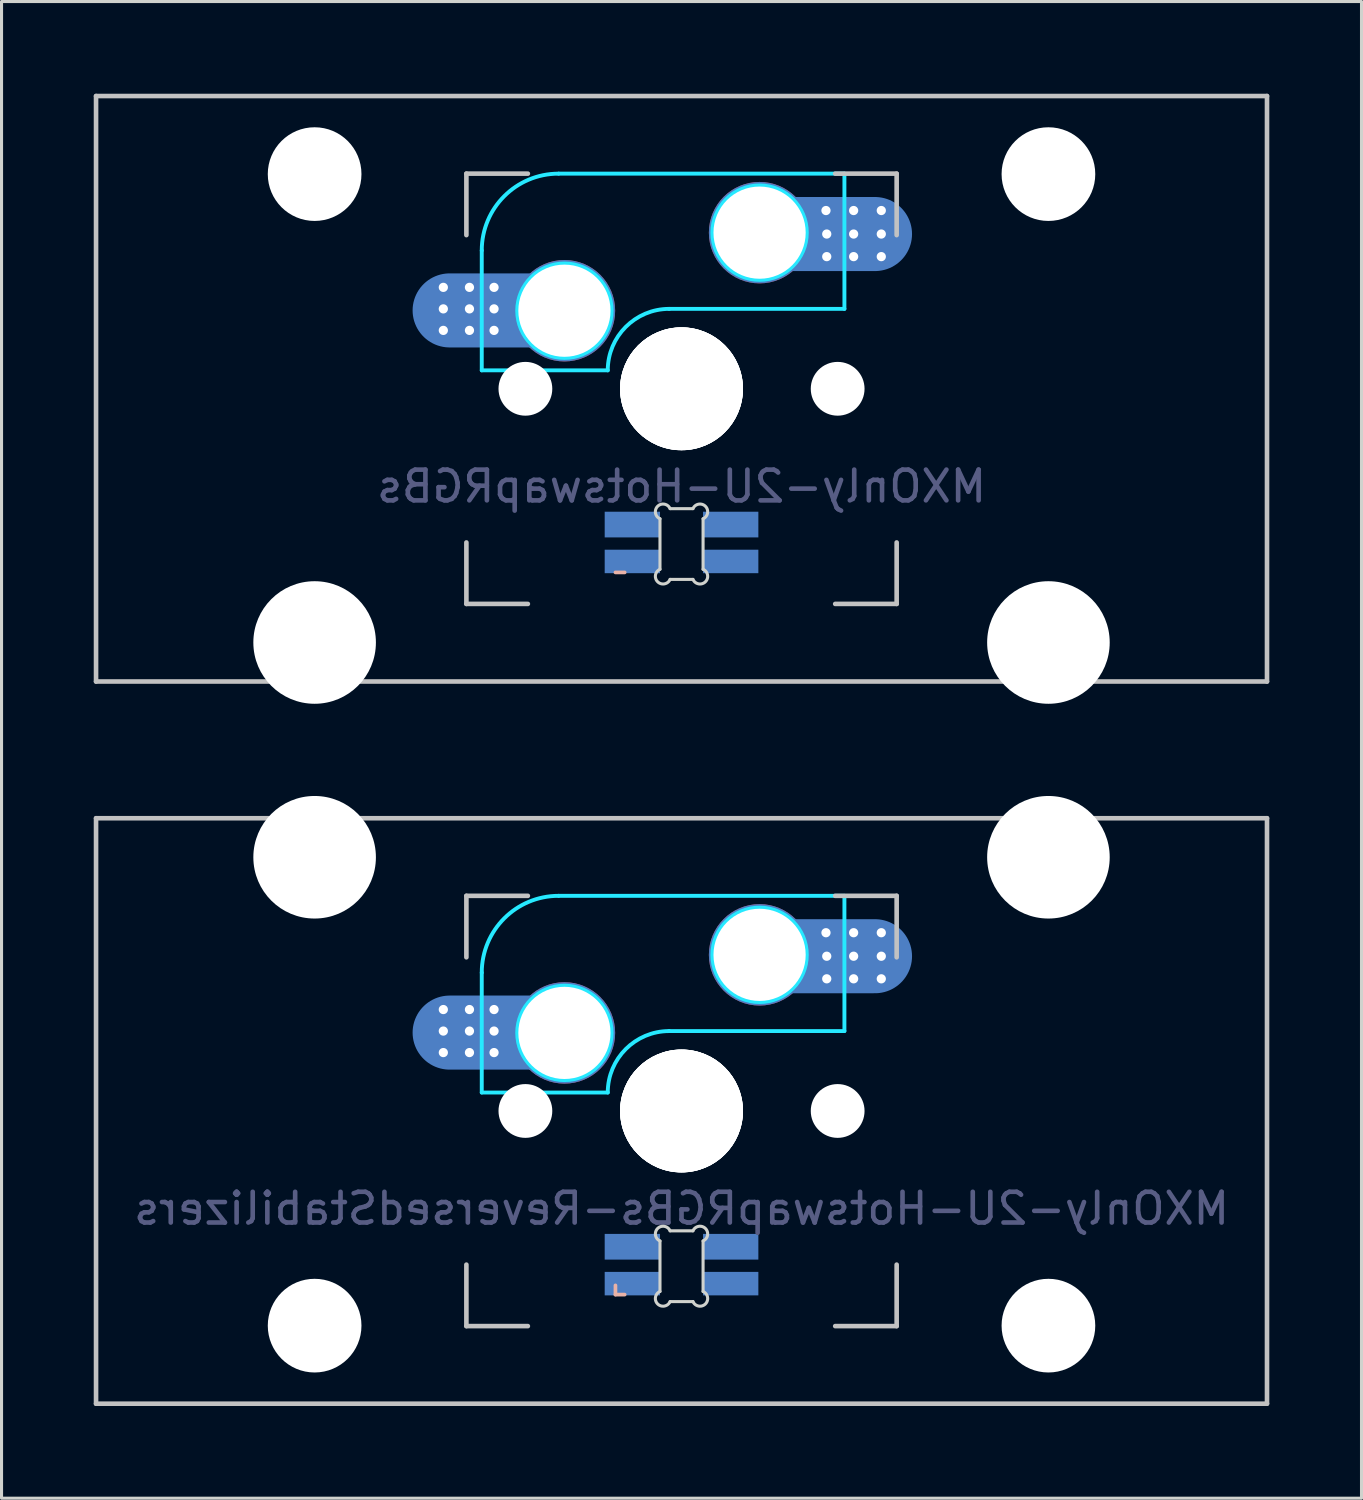
<source format=kicad_pcb>
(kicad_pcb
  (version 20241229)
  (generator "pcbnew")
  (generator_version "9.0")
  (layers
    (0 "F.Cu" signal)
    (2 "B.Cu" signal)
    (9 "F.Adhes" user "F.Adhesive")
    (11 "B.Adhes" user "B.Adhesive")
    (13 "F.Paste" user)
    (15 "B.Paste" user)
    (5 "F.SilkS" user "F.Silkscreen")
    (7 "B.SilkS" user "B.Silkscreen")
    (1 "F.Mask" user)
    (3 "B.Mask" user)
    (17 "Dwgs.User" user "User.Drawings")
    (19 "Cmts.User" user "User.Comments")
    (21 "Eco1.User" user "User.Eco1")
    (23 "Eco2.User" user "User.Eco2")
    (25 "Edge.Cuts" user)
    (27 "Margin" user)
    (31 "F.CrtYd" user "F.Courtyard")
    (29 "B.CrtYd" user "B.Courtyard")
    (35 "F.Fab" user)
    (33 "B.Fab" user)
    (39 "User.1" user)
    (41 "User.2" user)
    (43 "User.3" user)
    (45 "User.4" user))
  (footprint "MXOnly-2U-HotswapRGBs-ReversedStabilizers"
    (layer "F.Cu")
    (at 19.125 33.098)
    (property "Reference" "MXOnly-2U-HotswapRGBs-ReversedStabilizers" (at 0 3.175 0) (layer "B.Fab") (effects (font (size 1 1) (thickness 0.15)) (justify mirror)))
    (attr smd)
    (fp_line (start -2.15 5.675) (end -2.15 5.975) (stroke (width 0.12) (type solid)) (layer "B.SilkS"))
    (fp_line (start -2.15 5.975) (end -1.85 5.975) (stroke (width 0.12) (type solid)) (layer "B.SilkS"))
    (fp_line (start -19.05 -9.525) (end 19.05 -9.525) (stroke (width 0.15) (type solid)) (layer "Dwgs.User"))
    (fp_line (start -19.05 9.525) (end -19.05 -9.525) (stroke (width 0.15) (type solid)) (layer "Dwgs.User"))
    (fp_line (start -7 -7) (end -7 -5) (stroke (width 0.15) (type solid)) (layer "Dwgs.User"))
    (fp_line (start -7 5) (end -7 7) (stroke (width 0.15) (type solid)) (layer "Dwgs.User"))
    (fp_line (start -7 7) (end -5 7) (stroke (width 0.15) (type solid)) (layer "Dwgs.User"))
    (fp_line (start -5 -7) (end -7 -7) (stroke (width 0.15) (type solid)) (layer "Dwgs.User"))
    (fp_line (start 5 -7) (end 7 -7) (stroke (width 0.15) (type solid)) (layer "Dwgs.User"))
    (fp_line (start 5 7) (end 7 7) (stroke (width 0.15) (type solid)) (layer "Dwgs.User"))
    (fp_line (start 7 -5) (end 7 -7) (stroke (width 0.15) (type solid)) (layer "Dwgs.User"))
    (fp_line (start 7 7) (end 7 5) (stroke (width 0.15) (type solid)) (layer "Dwgs.User"))
    (fp_line (start 19.05 -9.525) (end 19.05 9.525) (stroke (width 0.15) (type solid)) (layer "Dwgs.User"))
    (fp_line (start 19.05 9.525) (end -19.05 9.525) (stroke (width 0.15) (type solid)) (layer "Dwgs.User"))
    (fp_line (start -0.701 5.873) (end -0.701 4.229) (stroke (width 0.1) (type solid)) (layer "Edge.Cuts"))
    (fp_line (start -0.372 3.9) (end 0.372 3.9) (stroke (width 0.1) (type solid)) (layer "Edge.Cuts"))
    (fp_line (start 0.372 6.202) (end -0.372 6.202) (stroke (width 0.1) (type solid)) (layer "Edge.Cuts"))
    (fp_line (start 0.701 4.229) (end 0.701 5.873) (stroke (width 0.1) (type solid)) (layer "Edge.Cuts"))
    (fp_arc (start -0.701007 4.229129) (mid -0.777791 3.823216) (end -0.371878 3.9) (stroke (width 0.1) (type solid)) (layer "Edge.Cuts"))
    (fp_arc (start -0.371878 6.202013) (mid -0.777748 6.278754) (end -0.701007 5.872884) (stroke (width 0.1) (type solid)) (layer "Edge.Cuts"))
    (fp_arc (start 0.371877 3.9) (mid 0.777804 3.823208) (end 0.701006 4.229129) (stroke (width 0.1) (type solid)) (layer "Edge.Cuts"))
    (fp_arc (start 0.701006 5.872884) (mid 0.777758 6.278765) (end 0.371877 6.202013) (stroke (width 0.1) (type solid)) (layer "Edge.Cuts"))
    (fp_line (start -6.5 -4.5) (end -6.5 -0.6) (stroke (width 0.127) (type solid)) (layer "B.CrtYd"))
    (fp_line (start -6.5 -0.6) (end -2.4 -0.6) (stroke (width 0.127) (type solid)) (layer "B.CrtYd"))
    (fp_line (start -0.4 -2.6) (end 5.3 -2.6) (stroke (width 0.127) (type solid)) (layer "B.CrtYd"))
    (fp_line (start 5.3 -7) (end -4 -7) (stroke (width 0.127) (type solid)) (layer "B.CrtYd"))
    (fp_line (start 5.3 -7) (end 5.3 -2.6) (stroke (width 0.127) (type solid)) (layer "B.CrtYd"))
    (fp_arc (start -6.5 -4.5) (mid -5.767767 -6.267767) (end -4 -7) (stroke (width 0.127) (type solid)) (layer "B.CrtYd"))
    (fp_arc (start -2.4 -0.6) (mid -1.814214 -2.014214) (end -0.4 -2.6) (stroke (width 0.127) (type solid)) (layer "B.CrtYd"))
    (fp_circle (center -3.81 -2.54) (end -2.286 -2.54) (stroke (width 0.15) (type solid)) (fill no) (layer "B.CrtYd"))
    (fp_circle (center 2.54 -5.08) (end 2.54 -6.604) (stroke (width 0.15) (type solid)) (fill no) (layer "B.CrtYd"))
    (pad "" np_thru_hole circle (at -11.938 -8.255) (size 3.988 3.988) (drill 3.988) (layers "*.Cu" "*.Mask"))
    (pad "" np_thru_hole circle (at -11.938 6.985) (size 3.048 3.048) (drill 3.048) (layers "*.Cu" "*.Mask"))
    (pad "" np_thru_hole circle (at -5.08 0 48.1) (size 1.75 1.75) (drill 1.75) (layers "*.Cu" "*.Mask"))
    (pad "" np_thru_hole circle (at 0 0) (size 3.988 3.988) (drill 3.988) (layers "*.Cu" "*.Mask"))
    (pad "" np_thru_hole circle (at 0 0) (size 3.988 3.988) (drill 3.988) (layers "*.Cu" "*.Mask"))
    (pad "" np_thru_hole circle (at 0 0) (size 4 4) (drill 4) (layers "*.Cu" "*.Mask"))
    (pad "" np_thru_hole circle (at 0 0) (size 4 4) (drill 4) (layers "*.Cu" "*.Mask"))
    (pad "" np_thru_hole circle (at 5.08 0 48.1) (size 1.75 1.75) (drill 1.75) (layers "*.Cu" "*.Mask"))
    (pad "" np_thru_hole circle (at 11.938 -8.255) (size 3.988 3.988) (drill 3.988) (layers "*.Cu" "*.Mask"))
    (pad "" np_thru_hole circle (at 11.938 6.985) (size 3.048 3.048) (drill 3.048) (layers "*.Cu" "*.Mask"))
    (pad "1" thru_hole circle (at 2.54 -5.08) (size 3.3 3.3) (drill 3) (layers "*.Cu" "B.Mask"))
    (pad "1" thru_hole circle (at 4.7 -5.8) (size 0.4 0.4) (drill 0.3) (layers "*.Cu" "B.Mask"))
    (pad "1" thru_hole circle (at 4.725 -5.035) (size 0.4 0.4) (drill 0.3) (layers "*.Cu" "B.Mask"))
    (pad "1" thru_hole circle (at 4.725 -4.3) (size 0.4 0.4) (drill 0.3) (layers "*.Cu" "B.Mask"))
    (pad "1" smd oval (at 4.75 -5.035) (size 5.5 2.41) (layers "B.Cu" "B.Mask" "B.Paste"))
    (pad "1" thru_hole circle (at 5.6 -5.8) (size 0.4 0.4) (drill 0.3) (layers "*.Cu" "B.Mask"))
    (pad "1" thru_hole circle (at 5.6 -5.035) (size 0.4 0.4) (drill 0.3) (layers "*.Cu" "B.Mask"))
    (pad "1" thru_hole circle (at 5.6 -4.3) (size 0.4 0.4) (drill 0.3) (layers "*.Cu" "B.Mask"))
    (pad "1" thru_hole circle (at 6.5 -5.8) (size 0.4 0.4) (drill 0.3) (layers "*.Cu" "B.Mask"))
    (pad "1" thru_hole circle (at 6.5 -5.035) (size 0.4 0.4) (drill 0.3) (layers "*.Cu" "B.Mask"))
    (pad "1" thru_hole circle (at 6.5 -4.3) (size 0.4 0.4) (drill 0.3) (layers "*.Cu" "B.Mask"))
    (pad "2" thru_hole circle (at -7.75 -3.3) (size 0.4 0.4) (drill 0.3) (layers "*.Cu" "B.Mask"))
    (pad "2" thru_hole circle (at -7.75 -2.6) (size 0.4 0.4) (drill 0.3) (layers "*.Cu" "B.Mask"))
    (pad "2" thru_hole circle (at -7.75 -1.9) (size 0.4 0.4) (drill 0.3) (layers "*.Cu" "B.Mask"))
    (pad "2" thru_hole circle (at -6.9 -3.3) (size 0.4 0.4) (drill 0.3) (layers "*.Cu" "B.Mask"))
    (pad "2" thru_hole circle (at -6.9 -2.6) (size 0.4 0.4) (drill 0.3) (layers "*.Cu" "B.Mask"))
    (pad "2" thru_hole circle (at -6.9 -1.9) (size 0.4 0.4) (drill 0.3) (layers "*.Cu" "B.Mask"))
    (pad "2" thru_hole circle (at -6.1 -3.3) (size 0.4 0.4) (drill 0.3) (layers "*.Cu" "B.Mask"))
    (pad "2" thru_hole circle (at -6.1 -2.6) (size 0.4 0.4) (drill 0.3) (layers "*.Cu" "B.Mask"))
    (pad "2" thru_hole circle (at -6.1 -1.9) (size 0.4 0.4) (drill 0.3) (layers "*.Cu" "B.Mask"))
    (pad "2" smd oval (at -6 -2.55) (size 5.5 2.41) (layers "B.Cu" "B.Mask" "B.Paste"))
    (pad "2" thru_hole circle (at -3.81 -2.54) (size 3.3 3.3) (drill 3) (layers "*.Cu" "B.Mask"))
    (pad "3" smd rect (at 1.6 4.418) (size 1.8 0.836) (layers "B.Cu" "B.Mask" "B.Paste"))
    (pad "4" smd rect (at -1.6 4.418) (size 1.8 0.836) (layers "B.Cu" "B.Mask" "B.Paste"))
    (pad "5" smd rect (at 1.6 5.618) (size 1.8 0.764) (layers "B.Cu" "B.Mask" "B.Paste"))
    (pad "6" smd rect (at -1.6 5.618) (size 1.8 0.764) (layers "B.Cu" "B.Mask" "B.Paste")))
  (footprint "MXOnly-2U-HotswapRGBs"
    (layer "F.Cu")
    (at 19.125 9.6)
    (property "Reference" "MXOnly-2U-HotswapRGBs" (at 0 3.175 0) (layer "B.Fab") (effects (font (size 1 1) (thickness 0.15)) (justify mirror)))
    (attr smd)
    (fp_line (start -2.15 5.975) (end -1.85 5.975) (stroke (width 0.12) (type solid)) (layer "B.SilkS"))
    (fp_line (start -19.05 -9.525) (end 19.05 -9.525) (stroke (width 0.15) (type solid)) (layer "Dwgs.User"))
    (fp_line (start -19.05 9.525) (end -19.05 -9.525) (stroke (width 0.15) (type solid)) (layer "Dwgs.User"))
    (fp_line (start -7 -7) (end -7 -5) (stroke (width 0.15) (type solid)) (layer "Dwgs.User"))
    (fp_line (start -7 5) (end -7 7) (stroke (width 0.15) (type solid)) (layer "Dwgs.User"))
    (fp_line (start -7 7) (end -5 7) (stroke (width 0.15) (type solid)) (layer "Dwgs.User"))
    (fp_line (start -5 -7) (end -7 -7) (stroke (width 0.15) (type solid)) (layer "Dwgs.User"))
    (fp_line (start 5 -7) (end 7 -7) (stroke (width 0.15) (type solid)) (layer "Dwgs.User"))
    (fp_line (start 5 7) (end 7 7) (stroke (width 0.15) (type solid)) (layer "Dwgs.User"))
    (fp_line (start 7 -5) (end 7 -7) (stroke (width 0.15) (type solid)) (layer "Dwgs.User"))
    (fp_line (start 7 7) (end 7 5) (stroke (width 0.15) (type solid)) (layer "Dwgs.User"))
    (fp_line (start 19.05 -9.525) (end 19.05 9.525) (stroke (width 0.15) (type solid)) (layer "Dwgs.User"))
    (fp_line (start 19.05 9.525) (end -19.05 9.525) (stroke (width 0.15) (type solid)) (layer "Dwgs.User"))
    (fp_line (start -0.701 5.873) (end -0.701 4.229) (stroke (width 0.1) (type solid)) (layer "Edge.Cuts"))
    (fp_line (start -0.372 3.9) (end 0.372 3.9) (stroke (width 0.1) (type solid)) (layer "Edge.Cuts"))
    (fp_line (start 0.372 6.202) (end -0.372 6.202) (stroke (width 0.1) (type solid)) (layer "Edge.Cuts"))
    (fp_line (start 0.701 4.229) (end 0.701 5.873) (stroke (width 0.1) (type solid)) (layer "Edge.Cuts"))
    (fp_arc (start -0.701007 4.229129) (mid -0.777791 3.823216) (end -0.371878 3.9) (stroke (width 0.1) (type solid)) (layer "Edge.Cuts"))
    (fp_arc (start -0.371878 6.202013) (mid -0.777748 6.278754) (end -0.701007 5.872884) (stroke (width 0.1) (type solid)) (layer "Edge.Cuts"))
    (fp_arc (start 0.371877 3.9) (mid 0.777804 3.823208) (end 0.701006 4.229129) (stroke (width 0.1) (type solid)) (layer "Edge.Cuts"))
    (fp_arc (start 0.701006 5.872884) (mid 0.777758 6.278765) (end 0.371877 6.202013) (stroke (width 0.1) (type solid)) (layer "Edge.Cuts"))
    (fp_line (start -6.5 -4.5) (end -6.5 -0.6) (stroke (width 0.127) (type solid)) (layer "B.CrtYd"))
    (fp_line (start -6.5 -0.6) (end -2.4 -0.6) (stroke (width 0.127) (type solid)) (layer "B.CrtYd"))
    (fp_line (start -0.4 -2.6) (end 5.3 -2.6) (stroke (width 0.127) (type solid)) (layer "B.CrtYd"))
    (fp_line (start 5.3 -7) (end -4 -7) (stroke (width 0.127) (type solid)) (layer "B.CrtYd"))
    (fp_line (start 5.3 -7) (end 5.3 -2.6) (stroke (width 0.127) (type solid)) (layer "B.CrtYd"))
    (fp_arc (start -6.5 -4.5) (mid -5.767767 -6.267767) (end -4 -7) (stroke (width 0.127) (type solid)) (layer "B.CrtYd"))
    (fp_arc (start -2.4 -0.6) (mid -1.814214 -2.014214) (end -0.4 -2.6) (stroke (width 0.127) (type solid)) (layer "B.CrtYd"))
    (fp_circle (center -3.81 -2.54) (end -2.286 -2.54) (stroke (width 0.15) (type solid)) (fill no) (layer "B.CrtYd"))
    (fp_circle (center 2.54 -5.08) (end 2.54 -6.604) (stroke (width 0.15) (type solid)) (fill no) (layer "B.CrtYd"))
    (pad "" np_thru_hole circle (at -11.938 -6.985) (size 3.048 3.048) (drill 3.048) (layers "*.Cu" "*.Mask"))
    (pad "" np_thru_hole circle (at -11.938 8.255) (size 3.988 3.988) (drill 3.988) (layers "*.Cu" "*.Mask"))
    (pad "" np_thru_hole circle (at -5.08 0 48.1) (size 1.75 1.75) (drill 1.75) (layers "*.Cu" "*.Mask"))
    (pad "" np_thru_hole circle (at 0 0) (size 3.988 3.988) (drill 3.988) (layers "*.Cu" "*.Mask"))
    (pad "" np_thru_hole circle (at 0 0) (size 3.988 3.988) (drill 3.988) (layers "*.Cu" "*.Mask"))
    (pad "" np_thru_hole circle (at 0 0) (size 4 4) (drill 4) (layers "*.Cu" "*.Mask"))
    (pad "" np_thru_hole circle (at 0 0) (size 4 4) (drill 4) (layers "*.Cu" "*.Mask"))
    (pad "" np_thru_hole circle (at 5.08 0 48.1) (size 1.75 1.75) (drill 1.75) (layers "*.Cu" "*.Mask"))
    (pad "" np_thru_hole circle (at 11.938 -6.985) (size 3.048 3.048) (drill 3.048) (layers "*.Cu" "*.Mask"))
    (pad "" np_thru_hole circle (at 11.938 8.255) (size 3.988 3.988) (drill 3.988) (layers "*.Cu" "*.Mask"))
    (pad "1" thru_hole circle (at 2.54 -5.08) (size 3.3 3.3) (drill 3) (layers "*.Cu" "B.Mask"))
    (pad "1" thru_hole circle (at 4.7 -5.8) (size 0.4 0.4) (drill 0.3) (layers "*.Cu" "B.Mask"))
    (pad "1" thru_hole circle (at 4.725 -5.035) (size 0.4 0.4) (drill 0.3) (layers "*.Cu" "B.Mask"))
    (pad "1" thru_hole circle (at 4.725 -4.3) (size 0.4 0.4) (drill 0.3) (layers "*.Cu" "B.Mask"))
    (pad "1" smd oval (at 4.75 -5.035) (size 5.5 2.41) (layers "B.Cu" "B.Mask" "B.Paste"))
    (pad "1" thru_hole circle (at 5.6 -5.8) (size 0.4 0.4) (drill 0.3) (layers "*.Cu" "B.Mask"))
    (pad "1" thru_hole circle (at 5.6 -5.035) (size 0.4 0.4) (drill 0.3) (layers "*.Cu" "B.Mask"))
    (pad "1" thru_hole circle (at 5.6 -4.3) (size 0.4 0.4) (drill 0.3) (layers "*.Cu" "B.Mask"))
    (pad "1" thru_hole circle (at 6.5 -5.8) (size 0.4 0.4) (drill 0.3) (layers "*.Cu" "B.Mask"))
    (pad "1" thru_hole circle (at 6.5 -5.035) (size 0.4 0.4) (drill 0.3) (layers "*.Cu" "B.Mask"))
    (pad "1" thru_hole circle (at 6.5 -4.3) (size 0.4 0.4) (drill 0.3) (layers "*.Cu" "B.Mask"))
    (pad "2" thru_hole circle (at -7.75 -3.3) (size 0.4 0.4) (drill 0.3) (layers "*.Cu" "B.Mask"))
    (pad "2" thru_hole circle (at -7.75 -2.6) (size 0.4 0.4) (drill 0.3) (layers "*.Cu" "B.Mask"))
    (pad "2" thru_hole circle (at -7.75 -1.9) (size 0.4 0.4) (drill 0.3) (layers "*.Cu" "B.Mask"))
    (pad "2" thru_hole circle (at -6.9 -3.3) (size 0.4 0.4) (drill 0.3) (layers "*.Cu" "B.Mask"))
    (pad "2" thru_hole circle (at -6.9 -2.6) (size 0.4 0.4) (drill 0.3) (layers "*.Cu" "B.Mask"))
    (pad "2" thru_hole circle (at -6.9 -1.9) (size 0.4 0.4) (drill 0.3) (layers "*.Cu" "B.Mask"))
    (pad "2" thru_hole circle (at -6.1 -3.3) (size 0.4 0.4) (drill 0.3) (layers "*.Cu" "B.Mask"))
    (pad "2" thru_hole circle (at -6.1 -2.6) (size 0.4 0.4) (drill 0.3) (layers "*.Cu" "B.Mask"))
    (pad "2" thru_hole circle (at -6.1 -1.9) (size 0.4 0.4) (drill 0.3) (layers "*.Cu" "B.Mask"))
    (pad "2" smd oval (at -6 -2.55) (size 5.5 2.41) (layers "B.Cu" "B.Mask" "B.Paste"))
    (pad "2" thru_hole circle (at -3.81 -2.54) (size 3.3 3.3) (drill 3) (layers "*.Cu" "B.Mask"))
    (pad "3" smd rect (at 1.6 4.418) (size 1.8 0.836) (layers "B.Cu" "B.Mask" "B.Paste"))
    (pad "4" smd rect (at -1.6 4.418) (size 1.8 0.836) (layers "B.Cu" "B.Mask" "B.Paste"))
    (pad "5" smd rect (at 1.6 5.618) (size 1.8 0.764) (layers "B.Cu" "B.Mask" "B.Paste"))
    (pad "6" smd rect (at -1.6 5.618) (size 1.8 0.764) (layers "B.Cu" "B.Mask" "B.Paste")))
  (gr_rect
    (start -3 -3)
    (end 41.25 45.698)
    (stroke (width 0.1) (type default))
    (fill no)
    (layer "Edge.Cuts")))
</source>
